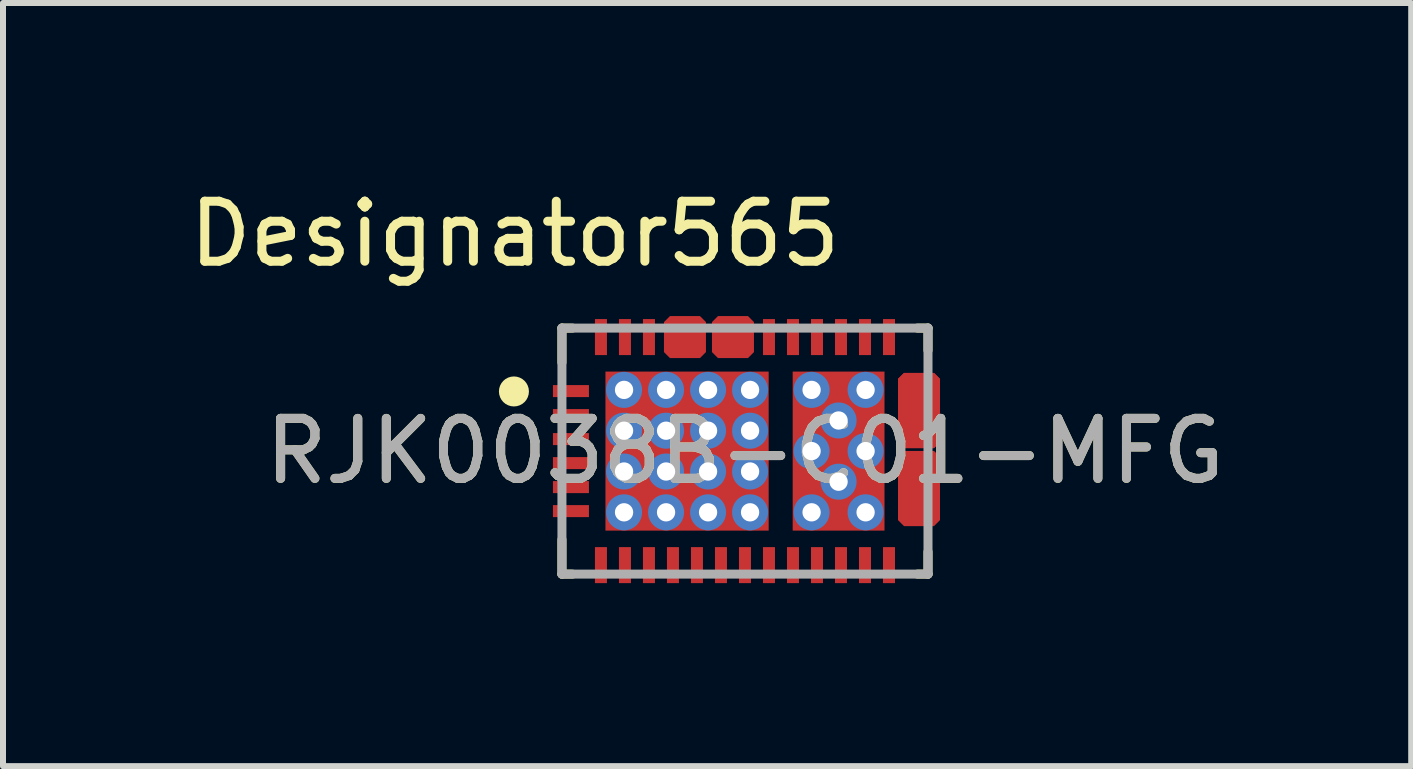
<source format=kicad_pcb>
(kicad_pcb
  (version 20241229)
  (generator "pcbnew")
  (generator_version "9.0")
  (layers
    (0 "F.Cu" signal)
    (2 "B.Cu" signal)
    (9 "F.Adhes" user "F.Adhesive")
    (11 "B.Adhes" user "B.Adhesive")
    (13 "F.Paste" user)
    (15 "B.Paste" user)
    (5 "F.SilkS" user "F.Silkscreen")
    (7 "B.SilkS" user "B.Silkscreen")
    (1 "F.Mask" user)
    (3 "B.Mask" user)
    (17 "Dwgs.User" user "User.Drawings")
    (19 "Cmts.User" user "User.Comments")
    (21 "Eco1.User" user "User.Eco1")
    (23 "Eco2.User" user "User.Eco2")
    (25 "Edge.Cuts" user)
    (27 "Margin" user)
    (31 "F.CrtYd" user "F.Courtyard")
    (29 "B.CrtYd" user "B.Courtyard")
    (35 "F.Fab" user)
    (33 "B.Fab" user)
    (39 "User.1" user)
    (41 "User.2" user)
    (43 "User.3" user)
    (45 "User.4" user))
  (footprint "RJK0038B-C01-MFG"
    (layer "F.Cu")
    (at 9.364 4.467)
    (property "Reference" "RJK0038B-C01-MFG" (at 0 0 0) (unlocked yes) (layer "F.SilkS") (effects (font (size 1 1) (thickness 0.15))))
    (attr smd)
    (fp_poly (pts (xy -1.35 -2.15) (xy -1.25 -2.25) (xy -0.75 -2.25) (xy -0.65 -2.15) (xy -0.65 -1.65) (xy -0.75 -1.55) (xy -1.25 -1.55) (xy -1.35 -1.65)) (stroke (width 0) (type solid)) (fill yes) (layer "F.Cu"))
    (fp_poly (pts (xy -0.55 -2.15) (xy -0.45 -2.25) (xy 0.05 -2.25) (xy 0.15 -2.15) (xy 0.15 -1.65) (xy 0.05 -1.55) (xy -0.45 -1.55) (xy -0.55 -1.65)) (stroke (width 0) (type solid)) (fill yes) (layer "F.Cu"))
    (fp_poly (pts (xy 2.55 -1.203) (xy 2.65 -1.303) (xy 3.15 -1.303) (xy 3.25 -1.203) (xy 3.25 -0.15) (xy 3.15 -0.05) (xy 2.65 -0.05) (xy 2.55 -0.15)) (stroke (width 0) (type solid)) (fill yes) (layer "F.Cu"))
    (fp_poly (pts (xy 2.55 -1.203) (xy 2.65 -1.303) (xy 3.15 -1.303) (xy 3.25 -1.203) (xy 3.25 -0.15) (xy 3.15 -0.05) (xy 2.65 -0.05) (xy 2.55 -0.15)) (stroke (width 0) (type solid)) (fill yes) (layer "F.Cu"))
    (fp_poly (pts (xy 2.55 0.097) (xy 2.65 -0.003) (xy 3.15 -0.003) (xy 3.25 0.097) (xy 3.25 1.15) (xy 3.15 1.25) (xy 2.65 1.25) (xy 2.55 1.15)) (stroke (width 0) (type solid)) (fill yes) (layer "F.Cu"))
    (fp_poly (pts (xy -3.15 -0.75) (xy -2.65 -0.75) (xy -2.55 -0.65) (xy -2.55 -0.55) (xy -2.65 -0.45) (xy -3.15 -0.45) (xy -3.25 -0.55) (xy -3.25 -0.65)) (stroke (width 0) (type solid)) (fill yes) (layer "F.Mask"))
    (fp_poly (pts (xy -3.15 -0.05) (xy -3.25 -0.15) (xy -3.25 -0.25) (xy -3.15 -0.35) (xy -2.65 -0.35) (xy -2.55 -0.25) (xy -2.55 -0.15) (xy -2.65 -0.05)) (stroke (width 0) (type solid)) (fill yes) (layer "F.Mask"))
    (fp_poly (pts (xy -2.65 0.35) (xy -3.15 0.35) (xy -3.25 0.25) (xy -3.25 0.15) (xy -3.15 0.05) (xy -2.65 0.05) (xy -2.55 0.15) (xy -2.55 0.25)) (stroke (width 0) (type solid)) (fill yes) (layer "F.Mask"))
    (fp_poly (pts (xy -2.65 0.45) (xy -2.55 0.55) (xy -2.55 0.65) (xy -2.65 0.75) (xy -3.15 0.75) (xy -3.25 0.65) (xy -3.25 0.55) (xy -3.15 0.45)) (stroke (width 0) (type solid)) (fill yes) (layer "F.Mask"))
    (fp_poly (pts (xy -2.65 0.85) (xy -2.55 0.95) (xy -2.55 1.05) (xy -2.65 1.15) (xy -3.15 1.15) (xy -3.25 1.05) (xy -3.25 0.95) (xy -3.15 0.85)) (stroke (width 0) (type solid)) (fill yes) (layer "F.Mask"))
    (fp_poly (pts (xy -2.55 -1.65) (xy -2.55 -2.15) (xy -2.45 -2.25) (xy -2.35 -2.25) (xy -2.25 -2.15) (xy -2.25 -1.65) (xy -2.35 -1.55) (xy -2.45 -1.55)) (stroke (width 0) (type solid)) (fill yes) (layer "F.Mask"))
    (fp_poly (pts (xy -2.55 -0.95) (xy -2.65 -0.85) (xy -3.15 -0.85) (xy -3.25 -0.95) (xy -3.25 -1.05) (xy -3.15 -1.15) (xy -2.65 -1.15) (xy -2.55 -1.05)) (stroke (width 0) (type solid)) (fill yes) (layer "F.Mask"))
    (fp_poly (pts (xy -2.55 1.65) (xy -2.45 1.55) (xy -2.35 1.55) (xy -2.25 1.65) (xy -2.25 2.15) (xy -2.35 2.25) (xy -2.45 2.25) (xy -2.55 2.15)) (stroke (width 0) (type solid)) (fill yes) (layer "F.Mask"))
    (fp_poly (pts (xy -2.375 -1.275) (xy -2.275 -1.375) (xy 0.345 -1.375) (xy 0.445 -1.275) (xy 0.445 1.275) (xy 0.345 1.375) (xy -2.275 1.375) (xy -2.375 1.275)) (stroke (width 0) (type solid)) (fill yes) (layer "F.Mask"))
    (fp_poly (pts (xy -2.05 2.25) (xy -2.15 2.15) (xy -2.15 1.65) (xy -2.05 1.55) (xy -1.95 1.55) (xy -1.85 1.65) (xy -1.85 2.15) (xy -1.95 2.25)) (stroke (width 0) (type solid)) (fill yes) (layer "F.Mask"))
    (fp_poly (pts (xy -1.85 -1.65) (xy -1.95 -1.55) (xy -2.05 -1.55) (xy -2.15 -1.65) (xy -2.15 -2.15) (xy -2.05 -2.25) (xy -1.95 -2.25) (xy -1.85 -2.15)) (stroke (width 0) (type solid)) (fill yes) (layer "F.Mask"))
    (fp_poly (pts (xy -1.55 1.55) (xy -1.45 1.65) (xy -1.45 2.15) (xy -1.55 2.25) (xy -1.65 2.25) (xy -1.75 2.15) (xy -1.75 1.65) (xy -1.65 1.55)) (stroke (width 0) (type solid)) (fill yes) (layer "F.Mask"))
    (fp_poly (pts (xy -1.45 -2.15) (xy -1.45 -1.65) (xy -1.55 -1.55) (xy -1.65 -1.55) (xy -1.75 -1.65) (xy -1.75 -2.15) (xy -1.65 -2.25) (xy -1.55 -2.25)) (stroke (width 0) (type solid)) (fill yes) (layer "F.Mask"))
    (fp_poly (pts (xy -1.05 2.15) (xy -1.15 2.25) (xy -1.25 2.25) (xy -1.35 2.15) (xy -1.35 1.65) (xy -1.25 1.55) (xy -1.15 1.55) (xy -1.05 1.65)) (stroke (width 0) (type solid)) (fill yes) (layer "F.Mask"))
    (fp_poly (pts (xy -0.85 1.55) (xy -0.75 1.55) (xy -0.65 1.65) (xy -0.65 2.15) (xy -0.75 2.25) (xy -0.85 2.25) (xy -0.95 2.15) (xy -0.95 1.65)) (stroke (width 0) (type solid)) (fill yes) (layer "F.Mask"))
    (fp_poly (pts (xy -0.25 2.15) (xy -0.35 2.25) (xy -0.45 2.25) (xy -0.55 2.15) (xy -0.55 1.65) (xy -0.45 1.55) (xy -0.35 1.55) (xy -0.25 1.65)) (stroke (width 0) (type solid)) (fill yes) (layer "F.Mask"))
    (fp_poly (pts (xy 0.15 1.65) (xy 0.15 2.15) (xy 0.05 2.25) (xy -0.05 2.25) (xy -0.15 2.15) (xy -0.15 1.65) (xy -0.05 1.55) (xy 0.05 1.55)) (stroke (width 0) (type solid)) (fill yes) (layer "F.Mask"))
    (fp_poly (pts (xy 0.35 -2.25) (xy 0.45 -2.25) (xy 0.55 -2.15) (xy 0.55 -1.65) (xy 0.45 -1.55) (xy 0.35 -1.55) (xy 0.25 -1.65) (xy 0.25 -2.15)) (stroke (width 0) (type solid)) (fill yes) (layer "F.Mask"))
    (fp_poly (pts (xy 0.35 1.55) (xy 0.45 1.55) (xy 0.55 1.65) (xy 0.55 2.15) (xy 0.45 2.25) (xy 0.35 2.25) (xy 0.25 2.15) (xy 0.25 1.65)) (stroke (width 0) (type solid)) (fill yes) (layer "F.Mask"))
    (fp_poly (pts (xy 0.65 -1.65) (xy 0.65 -2.15) (xy 0.75 -2.25) (xy 0.85 -2.25) (xy 0.95 -2.15) (xy 0.95 -1.65) (xy 0.85 -1.55) (xy 0.75 -1.55)) (stroke (width 0) (type solid)) (fill yes) (layer "F.Mask"))
    (fp_poly (pts (xy 0.95 2.15) (xy 0.85 2.25) (xy 0.75 2.25) (xy 0.65 2.15) (xy 0.65 1.65) (xy 0.75 1.55) (xy 0.85 1.55) (xy 0.95 1.65)) (stroke (width 0) (type solid)) (fill yes) (layer "F.Mask"))
    (fp_poly (pts (xy 1.05 -1.65) (xy 1.05 -2.15) (xy 1.15 -2.25) (xy 1.25 -2.25) (xy 1.35 -2.15) (xy 1.35 -1.65) (xy 1.25 -1.55) (xy 1.15 -1.55)) (stroke (width 0) (type solid)) (fill yes) (layer "F.Mask"))
    (fp_poly (pts (xy 1.25 2.25) (xy 1.15 2.25) (xy 1.05 2.15) (xy 1.05 1.65) (xy 1.15 1.55) (xy 1.25 1.55) (xy 1.35 1.65) (xy 1.35 2.15)) (stroke (width 0) (type solid)) (fill yes) (layer "F.Mask"))
    (fp_poly (pts (xy 1.65 1.55) (xy 1.75 1.65) (xy 1.75 2.15) (xy 1.65 2.25) (xy 1.55 2.25) (xy 1.45 2.15) (xy 1.45 1.65) (xy 1.55 1.55)) (stroke (width 0) (type solid)) (fill yes) (layer "F.Mask"))
    (fp_poly (pts (xy 1.75 -2.15) (xy 1.75 -1.65) (xy 1.65 -1.55) (xy 1.55 -1.55) (xy 1.45 -1.65) (xy 1.45 -2.15) (xy 1.55 -2.25) (xy 1.65 -2.25)) (stroke (width 0) (type solid)) (fill yes) (layer "F.Mask"))
    (fp_poly (pts (xy 1.85 1.65) (xy 1.95 1.55) (xy 2.05 1.55) (xy 2.15 1.65) (xy 2.15 2.15) (xy 2.05 2.25) (xy 1.95 2.25) (xy 1.85 2.15)) (stroke (width 0) (type solid)) (fill yes) (layer "F.Mask"))
    (fp_poly (pts (xy 1.95 -2.25) (xy 2.05 -2.25) (xy 2.15 -2.15) (xy 2.15 -1.65) (xy 2.05 -1.55) (xy 1.95 -1.55) (xy 1.85 -1.65) (xy 1.85 -2.15)) (stroke (width 0) (type solid)) (fill yes) (layer "F.Mask"))
    (fp_poly (pts (xy 2.25 1.65) (xy 2.35 1.55) (xy 2.45 1.55) (xy 2.55 1.65) (xy 2.55 2.15) (xy 2.45 2.25) (xy 2.35 2.25) (xy 2.25 2.15)) (stroke (width 0) (type solid)) (fill yes) (layer "F.Mask"))
    (fp_poly (pts (xy 2.275 -1.375) (xy 2.375 -1.275) (xy 2.375 1.275) (xy 2.275 1.375) (xy 0.845 1.375) (xy 0.745 1.275) (xy 0.745 -1.275) (xy 0.845 -1.375)) (stroke (width 0) (type solid)) (fill yes) (layer "F.Mask"))
    (fp_poly (pts (xy 2.55 -1.65) (xy 2.45 -1.55) (xy 2.35 -1.55) (xy 2.25 -1.65) (xy 2.25 -2.15) (xy 2.35 -2.25) (xy 2.45 -2.25) (xy 2.55 -2.15)) (stroke (width 0) (type solid)) (fill yes) (layer "F.Mask"))
    (fp_poly (pts (xy -0.85 -2.2) (xy -0.75 -2.2) (xy -0.7 -2.15) (xy -0.7 -1.65) (xy -0.75 -1.6) (xy -1.25 -1.6) (xy -1.3 -1.65) (xy -1.3 -2.15) (xy -1.25 -2.2) (xy -1.15 -2.2) (xy -1.1 -2.15) (xy -1.1 -1.925) (xy -1.05 -1.875) (xy -0.95 -1.875) (xy -0.9 -1.925) (xy -0.9 -2.15)) (stroke (width 0) (type solid)) (fill yes) (layer "F.Mask"))
    (fp_poly (pts (xy -0.05 -2.2) (xy 0.05 -2.2) (xy 0.1 -2.15) (xy 0.1 -1.65) (xy 0.05 -1.6) (xy -0.45 -1.6) (xy -0.5 -1.65) (xy -0.5 -2.15) (xy -0.45 -2.2) (xy -0.35 -2.2) (xy -0.3 -2.15) (xy -0.3 -1.925) (xy -0.25 -1.875) (xy -0.15 -1.875) (xy -0.1 -1.925) (xy -0.1 -2.15)) (stroke (width 0) (type solid)) (fill yes) (layer "F.Mask"))
    (fp_poly (pts (xy 2.9 -0.1) (xy 2.65 -0.1) (xy 2.6 -0.15) (xy 2.6 -1.203) (xy 2.65 -1.253) (xy 3.15 -1.253) (xy 3.2 -1.203) (xy 3.2 -1.05) (xy 3.15 -1) (xy 2.925 -1) (xy 2.875 -0.95) (xy 2.875 -0.8) (xy 2.925 -0.75) (xy 3.15 -0.75) (xy 3.2 -0.7) (xy 3.2 -0.6) (xy 3.15 -0.55) (xy 2.925 -0.55) (xy 2.875 -0.5) (xy 2.875 -0.35) (xy 2.925 -0.3) (xy 3.15 -0.3) (xy 3.2 -0.25) (xy 3.2 -0.15) (xy 3.15 -0.1)) (stroke (width 0) (type solid)) (fill yes) (layer "F.Mask"))
    (fp_poly (pts (xy 2.9 0.1) (xy 2.65 0.1) (xy 2.6 0.15) (xy 2.6 1.203) (xy 2.65 1.253) (xy 3.15 1.253) (xy 3.2 1.203) (xy 3.2 1.05) (xy 3.15 1) (xy 2.925 1) (xy 2.875 0.95) (xy 2.875 0.8) (xy 2.925 0.75) (xy 3.15 0.75) (xy 3.2 0.7) (xy 3.2 0.6) (xy 3.15 0.55) (xy 2.925 0.55) (xy 2.875 0.5) (xy 2.875 0.35) (xy 2.925 0.3) (xy 3.15 0.3) (xy 3.2 0.25) (xy 3.2 0.15) (xy 3.15 0.1)) (stroke (width 0) (type solid)) (fill yes) (layer "F.Mask"))
    (fp_line (start -3.05 -2.05) (end -2.875 -2.05) (stroke (width 0.15) (type solid)) (layer "F.SilkS"))
    (fp_line (start -3.05 -1.475) (end -3.05 -2.05) (stroke (width 0.15) (type solid)) (layer "F.SilkS"))
    (fp_line (start -3.05 2.05) (end -3.05 1.475) (stroke (width 0.15) (type solid)) (layer "F.SilkS"))
    (fp_line (start -3.05 2.05) (end -2.875 2.05) (stroke (width 0.15) (type solid)) (layer "F.SilkS"))
    (fp_line (start 2.875 -2.05) (end 3.05 -2.05) (stroke (width 0.15) (type solid)) (layer "F.SilkS"))
    (fp_line (start 2.875 2.05) (end 3.05 2.05) (stroke (width 0.15) (type solid)) (layer "F.SilkS"))
    (fp_line (start 3.05 -1.678) (end 3.05 -2.05) (stroke (width 0.15) (type solid)) (layer "F.SilkS"))
    (fp_line (start 3.05 2.05) (end 3.05 1.678) (stroke (width 0.15) (type solid)) (layer "F.SilkS"))
    (fp_circle (center -3.85 -0.994) (end -3.725 -0.994) (stroke (width 0.25) (type solid)) (fill no) (layer "F.SilkS"))
    (fp_poly (pts (xy -2.265 0.155) (xy -2.215 0.105) (xy -1.115 0.105) (xy -1.065 0.155) (xy -1.065 1.225) (xy -1.115 1.275) (xy -2.215 1.275) (xy -2.265 1.225)) (stroke (width 0) (type solid)) (fill yes) (layer "F.Paste"))
    (fp_poly (pts (xy -1.065 -0.155) (xy -1.115 -0.105) (xy -2.215 -0.105) (xy -2.265 -0.155) (xy -2.265 -1.225) (xy -2.215 -1.275) (xy -1.115 -1.275) (xy -1.065 -1.225)) (stroke (width 0) (type solid)) (fill yes) (layer "F.Paste"))
    (fp_poly (pts (xy -0.815 -0.105) (xy -0.865 -0.155) (xy -0.865 -1.225) (xy -0.815 -1.275) (xy 0.285 -1.275) (xy 0.335 -1.225) (xy 0.335 -0.155) (xy 0.285 -0.105)) (stroke (width 0) (type solid)) (fill yes) (layer "F.Paste"))
    (fp_poly (pts (xy -0.815 1.275) (xy -0.865 1.225) (xy -0.865 0.155) (xy -0.815 0.105) (xy 0.285 0.105) (xy 0.335 0.155) (xy 0.335 1.225) (xy 0.285 1.275)) (stroke (width 0) (type solid)) (fill yes) (layer "F.Paste"))
    (fp_poly (pts (xy 2.185 0.105) (xy 2.235 0.155) (xy 2.235 1.225) (xy 2.185 1.275) (xy 0.935 1.275) (xy 0.885 1.225) (xy 0.885 0.155) (xy 0.935 0.105)) (stroke (width 0) (type solid)) (fill yes) (layer "F.Paste"))
    (fp_poly (pts (xy 2.235 -0.155) (xy 2.185 -0.105) (xy 0.935 -0.105) (xy 0.885 -0.155) (xy 0.885 -1.225) (xy 0.935 -1.275) (xy 2.185 -1.275) (xy 2.235 -1.225)) (stroke (width 0) (type solid)) (fill yes) (layer "F.Paste"))
    (fp_poly (pts (xy -0.85 -2.2) (xy -0.75 -2.2) (xy -0.7 -2.15) (xy -0.7 -1.65) (xy -0.75 -1.6) (xy -1.25 -1.6) (xy -1.3 -1.65) (xy -1.3 -2.15) (xy -1.25 -2.2) (xy -1.15 -2.2) (xy -1.1 -2.15) (xy -1.1 -1.925) (xy -1.05 -1.875) (xy -0.95 -1.875) (xy -0.9 -1.925) (xy -0.9 -2.15)) (stroke (width 0) (type solid)) (fill yes) (layer "F.Paste"))
    (fp_poly (pts (xy -0.05 -2.2) (xy 0.05 -2.2) (xy 0.1 -2.15) (xy 0.1 -1.65) (xy 0.05 -1.6) (xy -0.45 -1.6) (xy -0.5 -1.65) (xy -0.5 -2.15) (xy -0.45 -2.2) (xy -0.35 -2.2) (xy -0.3 -2.15) (xy -0.3 -1.925) (xy -0.25 -1.875) (xy -0.15 -1.875) (xy -0.1 -1.925) (xy -0.1 -2.15)) (stroke (width 0) (type solid)) (fill yes) (layer "F.Paste"))
    (fp_poly (pts (xy 2.9 -0.1) (xy 2.65 -0.1) (xy 2.6 -0.15) (xy 2.6 -1.203) (xy 2.65 -1.253) (xy 3.15 -1.253) (xy 3.2 -1.203) (xy 3.2 -1.05) (xy 3.15 -1) (xy 2.925 -1) (xy 2.875 -0.95) (xy 2.875 -0.8) (xy 2.925 -0.75) (xy 3.15 -0.75) (xy 3.2 -0.7) (xy 3.2 -0.6) (xy 3.15 -0.55) (xy 2.925 -0.55) (xy 2.875 -0.5) (xy 2.875 -0.35) (xy 2.925 -0.3) (xy 3.15 -0.3) (xy 3.2 -0.25) (xy 3.2 -0.15) (xy 3.15 -0.1)) (stroke (width 0) (type solid)) (fill yes) (layer "F.Paste"))
    (fp_poly (pts (xy 2.9 0.1) (xy 2.65 0.1) (xy 2.6 0.15) (xy 2.6 1.203) (xy 2.65 1.253) (xy 3.15 1.253) (xy 3.2 1.203) (xy 3.2 1.05) (xy 3.15 1) (xy 2.925 1) (xy 2.875 0.95) (xy 2.875 0.8) (xy 2.925 0.75) (xy 3.15 0.75) (xy 3.2 0.7) (xy 3.2 0.6) (xy 3.15 0.55) (xy 2.925 0.55) (xy 2.875 0.5) (xy 2.875 0.35) (xy 2.925 0.3) (xy 3.15 0.3) (xy 3.2 0.25) (xy 3.2 0.15) (xy 3.15 0.1)) (stroke (width 0) (type solid)) (fill yes) (layer "F.Paste"))
    (fp_line (start -3.05 -2.05) (end 3.05 -2.05) (stroke (width 0.15) (type solid)) (layer "F.Fab"))
    (fp_line (start -3.05 2.05) (end -3.05 -2.05) (stroke (width 0.15) (type solid)) (layer "F.Fab"))
    (fp_line (start -3.05 2.05) (end 3.05 2.05) (stroke (width 0.15) (type solid)) (layer "F.Fab"))
    (fp_line (start 3.05 2.05) (end 3.05 -2.05) (stroke (width 0.15) (type solid)) (layer "F.Fab"))
    (fp_text user "Designator565" (at -3.835 -3.619 0) (unlocked yes) (layer "F.SilkS") (effects (font (size 1 1) (thickness 0.15))))
    (fp_text user "${REFERENCE}" (at 0 0 0) (unlocked yes) (layer "F.Fab") (effects (font (size 1 1) (thickness 0.15))))
    (pad "1" smd rect (at -2.9 -1) (size 0.6 0.2) (layers "F.Cu" "F.Paste"))
    (pad "2" smd rect (at -2.9 -0.6) (size 0.6 0.2) (layers "F.Cu" "F.Paste"))
    (pad "3" smd rect (at -2.9 -0.2) (size 0.6 0.2) (layers "F.Cu" "F.Paste"))
    (pad "4" smd rect (at -2.9 0.2) (size 0.6 0.2) (layers "F.Cu" "F.Paste"))
    (pad "5" smd rect (at -2.9 0.6) (size 0.6 0.2) (layers "F.Cu" "F.Paste"))
    (pad "6" smd rect (at -2.9 1) (size 0.6 0.2) (layers "F.Cu" "F.Paste"))
    (pad "7" smd rect (at -2.4 1.9) (size 0.2 0.6) (layers "F.Cu" "F.Paste"))
    (pad "8" smd rect (at -2 1.9) (size 0.2 0.6) (layers "F.Cu" "F.Paste"))
    (pad "9" smd rect (at -1.6 1.9) (size 0.2 0.6) (layers "F.Cu" "F.Paste"))
    (pad "10" smd rect (at -1.2 1.9) (size 0.2 0.6) (layers "F.Cu" "F.Paste"))
    (pad "11" smd rect (at -0.8 1.9) (size 0.2 0.6) (layers "F.Cu" "F.Paste"))
    (pad "12" smd rect (at -0.4 1.9) (size 0.2 0.6) (layers "F.Cu" "F.Paste"))
    (pad "13" smd rect (at 0 1.9) (size 0.2 0.6) (layers "F.Cu" "F.Paste"))
    (pad "14" smd rect (at 0.4 1.9) (size 0.2 0.6) (layers "F.Cu" "F.Paste"))
    (pad "15" smd rect (at 0.8 1.9) (size 0.2 0.6) (layers "F.Cu" "F.Paste"))
    (pad "16" smd rect (at 1.2 1.9) (size 0.2 0.6) (layers "F.Cu" "F.Paste"))
    (pad "17" smd rect (at 1.6 1.9) (size 0.2 0.6) (layers "F.Cu" "F.Paste"))
    (pad "18" smd rect (at 2 1.9) (size 0.2 0.6) (layers "F.Cu" "F.Paste"))
    (pad "19" smd rect (at 2.4 1.9) (size 0.2 0.6) (layers "F.Cu" "F.Paste"))
    (pad "20" smd rect (at 2.8 1.1) (size 0.4 0.2) (layers "F.Cu"))
    (pad "21" smd rect (at 2.8 0.65) (size 0.4 0.2) (layers "F.Cu"))
    (pad "22" smd rect (at 2.8 0.2) (size 0.4 0.2) (layers "F.Cu"))
    (pad "23" smd rect (at 2.8 -0.2) (size 0.4 0.2) (layers "F.Cu"))
    (pad "24" smd rect (at 2.8 -0.65) (size 0.4 0.2) (layers "F.Cu"))
    (pad "25" smd rect (at 2.8 -1.1) (size 0.4 0.2) (layers "F.Cu"))
    (pad "26" smd rect (at 2.4 -1.9) (size 0.2 0.6) (layers "F.Cu" "F.Paste"))
    (pad "27" smd rect (at 2 -1.9) (size 0.2 0.6) (layers "F.Cu" "F.Paste"))
    (pad "28" smd rect (at 1.6 -1.9) (size 0.2 0.6) (layers "F.Cu" "F.Paste"))
    (pad "29" smd rect (at 1.2 -1.9) (size 0.2 0.6) (layers "F.Cu" "F.Paste"))
    (pad "30" smd rect (at 0.8 -1.9) (size 0.2 0.6) (layers "F.Cu" "F.Paste"))
    (pad "31" smd rect (at 0.4 -1.9) (size 0.2 0.6) (layers "F.Cu" "F.Paste"))
    (pad "32" smd rect (at 0 -1.8) (size 0.2 0.4) (layers "F.Cu"))
    (pad "33" smd rect (at -0.4 -1.8) (size 0.2 0.4) (layers "F.Cu"))
    (pad "34" smd rect (at -0.8 -1.8) (size 0.2 0.4) (layers "F.Cu"))
    (pad "35" smd rect (at -1.2 -1.8) (size 0.2 0.4) (layers "F.Cu"))
    (pad "36" smd rect (at -1.6 -1.9) (size 0.2 0.6) (layers "F.Cu" "F.Paste"))
    (pad "37" smd rect (at -2 -1.9) (size 0.2 0.6) (layers "F.Cu" "F.Paste"))
    (pad "38" smd rect (at -2.4 -1.9) (size 0.2 0.6) (layers "F.Cu" "F.Paste"))
    (pad "39" smd rect (at -0.965 0) (size 2.72 2.65) (layers "F.Cu"))
    (pad "40" smd rect (at 1.56 0) (size 1.53 2.65) (layers "F.Cu"))
    (pad "41" thru_hole circle (at -2.015 -1.02) (size 0.6 0.6) (drill 0.305) (layers "*.Cu" "*.Mask"))
    (pad "42" thru_hole circle (at -1.315 -1.02) (size 0.6 0.6) (drill 0.305) (layers "*.Cu" "*.Mask"))
    (pad "43" thru_hole circle (at -0.615 -1.02) (size 0.6 0.6) (drill 0.305) (layers "*.Cu" "*.Mask"))
    (pad "44" thru_hole circle (at 0.085 -1.02) (size 0.6 0.6) (drill 0.305) (layers "*.Cu" "*.Mask"))
    (pad "45" thru_hole circle (at -2.015 -0.34) (size 0.6 0.6) (drill 0.305) (layers "*.Cu" "*.Mask"))
    (pad "46" thru_hole circle (at -1.315 -0.34) (size 0.6 0.6) (drill 0.305) (layers "*.Cu" "*.Mask"))
    (pad "47" thru_hole circle (at -0.615 -0.34) (size 0.6 0.6) (drill 0.305) (layers "*.Cu" "*.Mask"))
    (pad "48" thru_hole circle (at 0.085 -0.34) (size 0.6 0.6) (drill 0.305) (layers "*.Cu" "*.Mask"))
    (pad "49" thru_hole circle (at -2.015 0.34) (size 0.6 0.6) (drill 0.305) (layers "*.Cu" "*.Mask"))
    (pad "50" thru_hole circle (at -1.315 0.34) (size 0.6 0.6) (drill 0.305) (layers "*.Cu" "*.Mask"))
    (pad "51" thru_hole circle (at -0.615 0.34) (size 0.6 0.6) (drill 0.305) (layers "*.Cu" "*.Mask"))
    (pad "52" thru_hole circle (at 0.085 0.34) (size 0.6 0.6) (drill 0.305) (layers "*.Cu" "*.Mask"))
    (pad "53" thru_hole circle (at -2.015 1.02) (size 0.6 0.6) (drill 0.305) (layers "*.Cu" "*.Mask"))
    (pad "54" thru_hole circle (at -1.315 1.02) (size 0.6 0.6) (drill 0.305) (layers "*.Cu" "*.Mask"))
    (pad "55" thru_hole circle (at -0.615 1.02) (size 0.6 0.6) (drill 0.305) (layers "*.Cu" "*.Mask"))
    (pad "56" thru_hole circle (at 0.085 1.02) (size 0.6 0.6) (drill 0.305) (layers "*.Cu" "*.Mask"))
    (pad "57" thru_hole circle (at 1.56 -0.51) (size 0.6 0.6) (drill 0.305) (layers "*.Cu" "*.Mask"))
    (pad "58" thru_hole circle (at 1.56 0.51) (size 0.6 0.6) (drill 0.305) (layers "*.Cu" "*.Mask"))
    (pad "59" thru_hole circle (at 2.01 0) (size 0.6 0.6) (drill 0.305) (layers "*.Cu" "*.Mask"))
    (pad "60" thru_hole circle (at 1.11 0) (size 0.6 0.6) (drill 0.305) (layers "*.Cu" "*.Mask"))
    (pad "61" thru_hole circle (at 1.11 -1.02) (size 0.6 0.6) (drill 0.305) (layers "*.Cu" "*.Mask"))
    (pad "62" thru_hole circle (at 2.01 -1.02) (size 0.6 0.6) (drill 0.305) (layers "*.Cu" "*.Mask"))
    (pad "63" thru_hole circle (at 1.11 1.02) (size 0.6 0.6) (drill 0.305) (layers "*.Cu" "*.Mask"))
    (pad "64" thru_hole circle (at 2.01 1.02) (size 0.6 0.6) (drill 0.305) (layers "*.Cu" "*.Mask")))
  (gr_rect
    (start -3 -3)
    (end 20.466 9.717)
    (stroke (width 0.1) (type default))
    (fill no)
    (layer "Edge.Cuts")))
</source>
